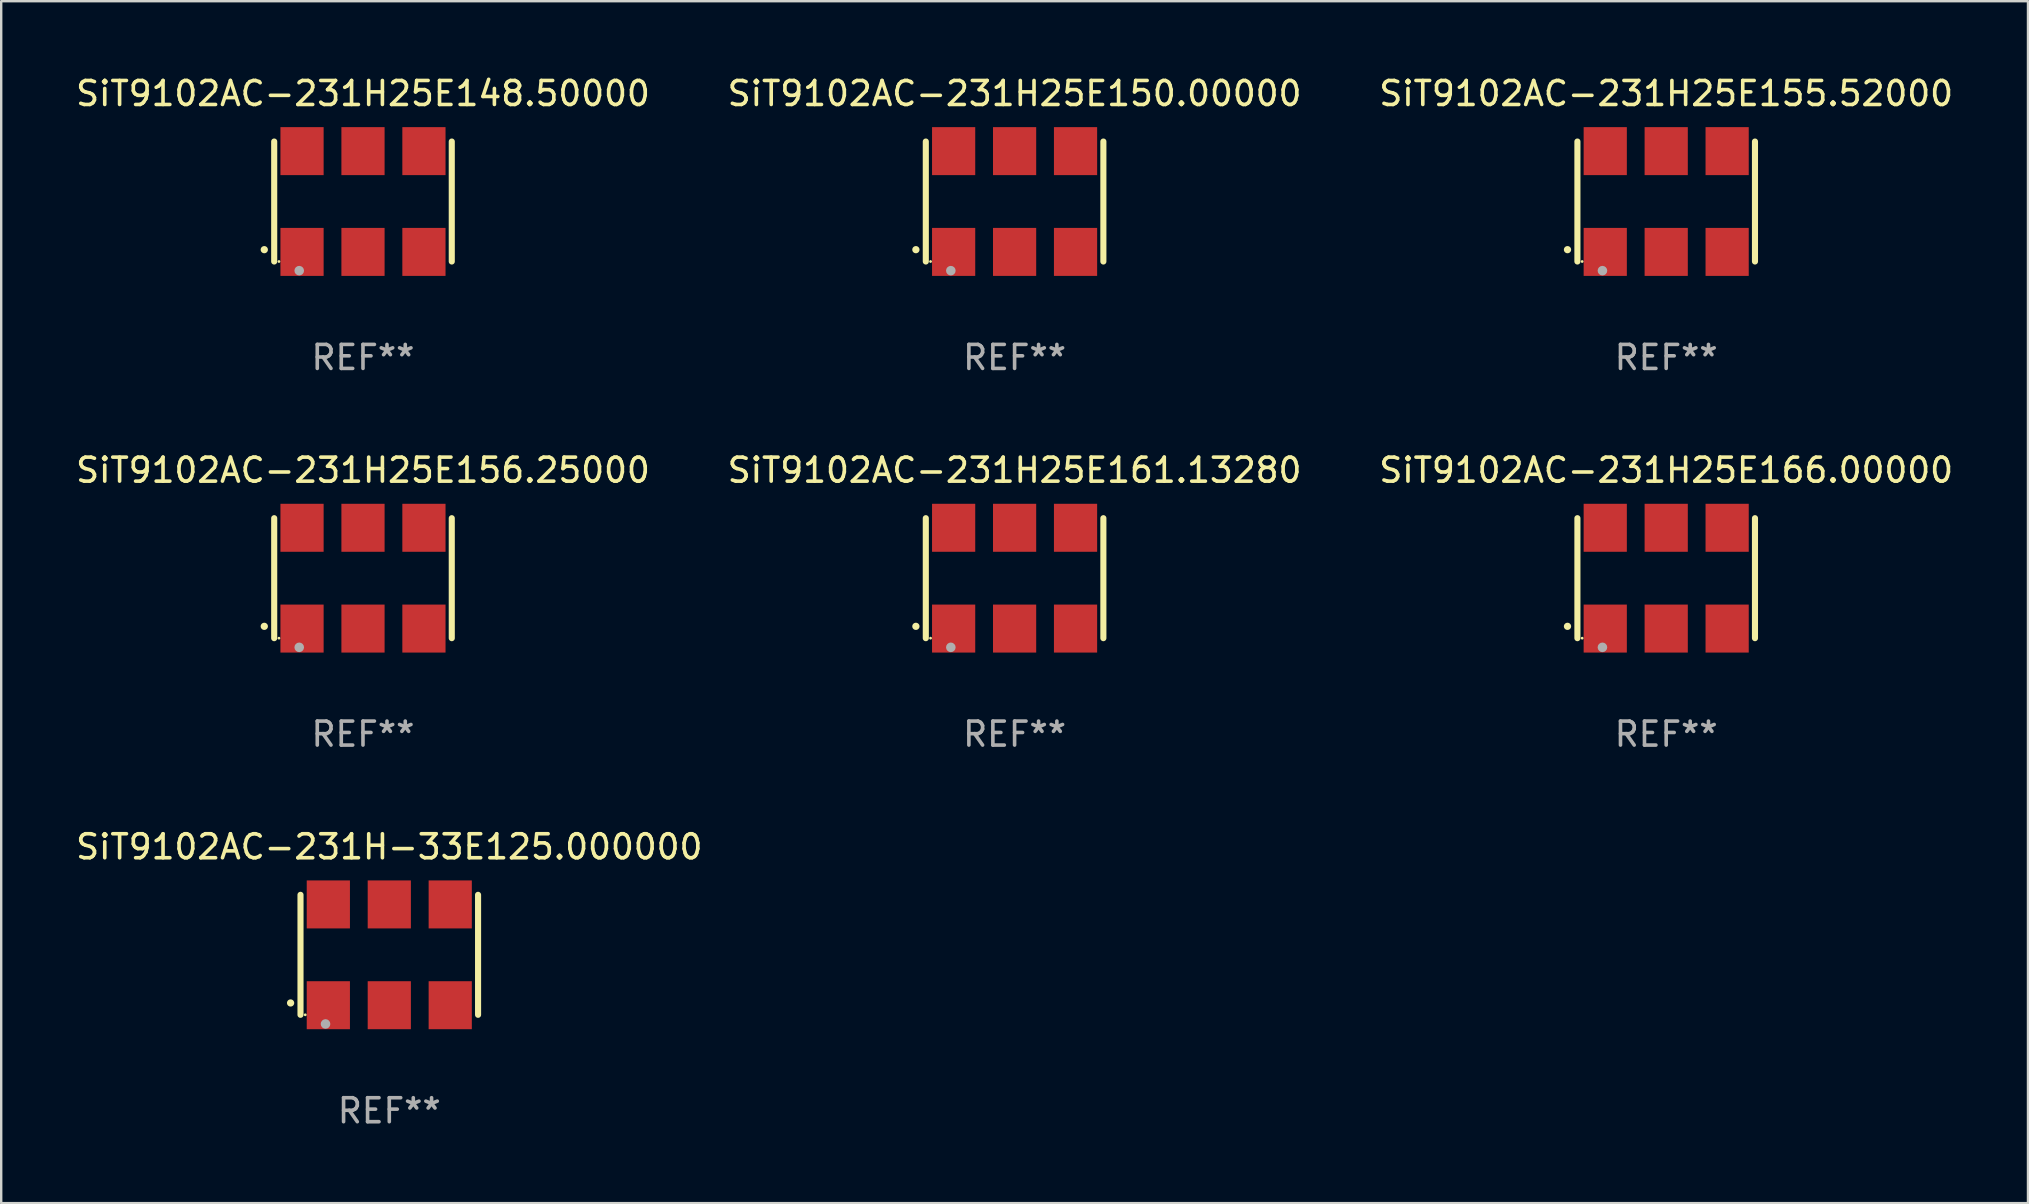
<source format=kicad_pcb>
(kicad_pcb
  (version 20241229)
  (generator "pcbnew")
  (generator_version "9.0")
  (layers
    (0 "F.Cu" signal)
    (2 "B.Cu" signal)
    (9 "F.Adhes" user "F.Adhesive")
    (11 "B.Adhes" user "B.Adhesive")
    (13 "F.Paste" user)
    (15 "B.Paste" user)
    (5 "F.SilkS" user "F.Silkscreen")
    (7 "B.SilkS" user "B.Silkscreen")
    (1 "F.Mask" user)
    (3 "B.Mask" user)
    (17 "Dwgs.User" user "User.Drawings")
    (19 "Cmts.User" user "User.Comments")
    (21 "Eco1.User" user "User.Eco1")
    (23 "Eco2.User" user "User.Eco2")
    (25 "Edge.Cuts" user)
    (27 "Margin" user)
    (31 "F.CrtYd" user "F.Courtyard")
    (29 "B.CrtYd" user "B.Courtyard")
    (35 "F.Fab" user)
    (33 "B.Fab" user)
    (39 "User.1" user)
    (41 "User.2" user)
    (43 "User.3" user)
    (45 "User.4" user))
  (footprint "SiT9102AC-231H25E166.00000"
    (layer "F.Cu")
    (at 66.387 21.045)
    (property "Reference" "SiT9102AC-231H25E166.00000" (at 0 -4.5 0) (layer "F.SilkS") (effects (font (size 1 1) (thickness 0.15))))
    (attr through_hole)
    (fp_line (start -3.7 -2.5) (end -3.7 2.5) (stroke (width 0.254) (type solid)) (layer "F.SilkS"))
    (fp_line (start 3.7 -2.5) (end 3.7 2.5) (stroke (width 0.254) (type solid)) (layer "F.SilkS"))
    (fp_arc (start -4.114415 2.006604) (mid -4.113145 2.006599) (end -4.111875 2.006604) (stroke (width 0.3) (type solid)) (layer "F.SilkS"))
    (fp_circle (center -3.502 2.5) (end -3.472 2.5) (stroke (width 0.06) (type solid)) (fill no) (layer "F.SilkS"))
    (fp_circle (center -2.657 2.882) (end -2.557 2.882) (stroke (width 0.2) (type solid)) (fill no) (layer "F.Fab"))
    (fp_text user "REF**" (at 0 6.5 0) (layer "F.Fab") (effects (font (size 1 1) (thickness 0.15))))
    (pad "1" smd rect (at -2.54 2.1) (size 1.8 2) (layers "F.Cu" "F.Mask" "F.Paste"))
    (pad "2" smd rect (at 0.000394 2.1) (size 1.8 2) (layers "F.Cu" "F.Mask" "F.Paste"))
    (pad "3" smd rect (at 2.54 2.1) (size 1.8 2) (layers "F.Cu" "F.Mask" "F.Paste"))
    (pad "4" smd rect (at 2.54 -2.1) (size 1.8 2) (layers "F.Cu" "F.Mask" "F.Paste"))
    (pad "5" smd rect (at 0.000394 -2.1) (size 1.8 2) (layers "F.Cu" "F.Mask" "F.Paste"))
    (pad "6" smd rect (at -2.54 -2.1) (size 1.8 2) (layers "F.Cu" "F.Mask" "F.Paste")))
  (footprint "SiT9102AC-231H25E148.50000"
    (layer "F.Cu")
    (at 12.077 5.348)
    (property "Reference" "SiT9102AC-231H25E148.50000" (at 0 -4.5 0) (layer "F.SilkS") (effects (font (size 1 1) (thickness 0.15))))
    (attr through_hole)
    (fp_line (start -3.7 -2.5) (end -3.7 2.5) (stroke (width 0.254) (type solid)) (layer "F.SilkS"))
    (fp_line (start 3.7 -2.5) (end 3.7 2.5) (stroke (width 0.254) (type solid)) (layer "F.SilkS"))
    (fp_arc (start -4.114415 2.006604) (mid -4.113145 2.006599) (end -4.111875 2.006604) (stroke (width 0.3) (type solid)) (layer "F.SilkS"))
    (fp_circle (center -3.502 2.5) (end -3.472 2.5) (stroke (width 0.06) (type solid)) (fill no) (layer "F.SilkS"))
    (fp_circle (center -2.657 2.882) (end -2.557 2.882) (stroke (width 0.2) (type solid)) (fill no) (layer "F.Fab"))
    (fp_text user "REF**" (at 0 6.5 0) (layer "F.Fab") (effects (font (size 1 1) (thickness 0.15))))
    (pad "1" smd rect (at -2.54 2.1) (size 1.8 2) (layers "F.Cu" "F.Mask" "F.Paste"))
    (pad "2" smd rect (at 0.000394 2.1) (size 1.8 2) (layers "F.Cu" "F.Mask" "F.Paste"))
    (pad "3" smd rect (at 2.54 2.1) (size 1.8 2) (layers "F.Cu" "F.Mask" "F.Paste"))
    (pad "4" smd rect (at 2.54 -2.1) (size 1.8 2) (layers "F.Cu" "F.Mask" "F.Paste"))
    (pad "5" smd rect (at 0.000394 -2.1) (size 1.8 2) (layers "F.Cu" "F.Mask" "F.Paste"))
    (pad "6" smd rect (at -2.54 -2.1) (size 1.8 2) (layers "F.Cu" "F.Mask" "F.Paste")))
  (footprint "SiT9102AC-231H25E161.13280"
    (layer "F.Cu")
    (at 39.232 21.045)
    (property "Reference" "SiT9102AC-231H25E161.13280" (at 0 -4.5 0) (layer "F.SilkS") (effects (font (size 1 1) (thickness 0.15))))
    (attr through_hole)
    (fp_line (start -3.7 -2.5) (end -3.7 2.5) (stroke (width 0.254) (type solid)) (layer "F.SilkS"))
    (fp_line (start 3.7 -2.5) (end 3.7 2.5) (stroke (width 0.254) (type solid)) (layer "F.SilkS"))
    (fp_arc (start -4.114415 2.006604) (mid -4.113145 2.006599) (end -4.111875 2.006604) (stroke (width 0.3) (type solid)) (layer "F.SilkS"))
    (fp_circle (center -3.502 2.5) (end -3.472 2.5) (stroke (width 0.06) (type solid)) (fill no) (layer "F.SilkS"))
    (fp_circle (center -2.657 2.882) (end -2.557 2.882) (stroke (width 0.2) (type solid)) (fill no) (layer "F.Fab"))
    (fp_text user "REF**" (at 0 6.5 0) (layer "F.Fab") (effects (font (size 1 1) (thickness 0.15))))
    (pad "1" smd rect (at -2.54 2.1) (size 1.8 2) (layers "F.Cu" "F.Mask" "F.Paste"))
    (pad "2" smd rect (at 0.000394 2.1) (size 1.8 2) (layers "F.Cu" "F.Mask" "F.Paste"))
    (pad "3" smd rect (at 2.54 2.1) (size 1.8 2) (layers "F.Cu" "F.Mask" "F.Paste"))
    (pad "4" smd rect (at 2.54 -2.1) (size 1.8 2) (layers "F.Cu" "F.Mask" "F.Paste"))
    (pad "5" smd rect (at 0.000394 -2.1) (size 1.8 2) (layers "F.Cu" "F.Mask" "F.Paste"))
    (pad "6" smd rect (at -2.54 -2.1) (size 1.8 2) (layers "F.Cu" "F.Mask" "F.Paste")))
  (footprint "SiT9102AC-231H25E150.00000"
    (layer "F.Cu")
    (at 39.232 5.348)
    (property "Reference" "SiT9102AC-231H25E150.00000" (at 0 -4.5 0) (layer "F.SilkS") (effects (font (size 1 1) (thickness 0.15))))
    (attr through_hole)
    (fp_line (start -3.7 -2.5) (end -3.7 2.5) (stroke (width 0.254) (type solid)) (layer "F.SilkS"))
    (fp_line (start 3.7 -2.5) (end 3.7 2.5) (stroke (width 0.254) (type solid)) (layer "F.SilkS"))
    (fp_arc (start -4.114415 2.006604) (mid -4.113145 2.006599) (end -4.111875 2.006604) (stroke (width 0.3) (type solid)) (layer "F.SilkS"))
    (fp_circle (center -3.502 2.5) (end -3.472 2.5) (stroke (width 0.06) (type solid)) (fill no) (layer "F.SilkS"))
    (fp_circle (center -2.657 2.882) (end -2.557 2.882) (stroke (width 0.2) (type solid)) (fill no) (layer "F.Fab"))
    (fp_text user "REF**" (at 0 6.5 0) (layer "F.Fab") (effects (font (size 1 1) (thickness 0.15))))
    (pad "1" smd rect (at -2.54 2.1) (size 1.8 2) (layers "F.Cu" "F.Mask" "F.Paste"))
    (pad "2" smd rect (at 0.000394 2.1) (size 1.8 2) (layers "F.Cu" "F.Mask" "F.Paste"))
    (pad "3" smd rect (at 2.54 2.1) (size 1.8 2) (layers "F.Cu" "F.Mask" "F.Paste"))
    (pad "4" smd rect (at 2.54 -2.1) (size 1.8 2) (layers "F.Cu" "F.Mask" "F.Paste"))
    (pad "5" smd rect (at 0.000394 -2.1) (size 1.8 2) (layers "F.Cu" "F.Mask" "F.Paste"))
    (pad "6" smd rect (at -2.54 -2.1) (size 1.8 2) (layers "F.Cu" "F.Mask" "F.Paste")))
  (footprint "SiT9102AC-231H25E155.52000"
    (layer "F.Cu")
    (at 66.387 5.348)
    (property "Reference" "SiT9102AC-231H25E155.52000" (at 0 -4.5 0) (layer "F.SilkS") (effects (font (size 1 1) (thickness 0.15))))
    (attr through_hole)
    (fp_line (start -3.7 -2.5) (end -3.7 2.5) (stroke (width 0.254) (type solid)) (layer "F.SilkS"))
    (fp_line (start 3.7 -2.5) (end 3.7 2.5) (stroke (width 0.254) (type solid)) (layer "F.SilkS"))
    (fp_arc (start -4.114415 2.006604) (mid -4.113145 2.006599) (end -4.111875 2.006604) (stroke (width 0.3) (type solid)) (layer "F.SilkS"))
    (fp_circle (center -3.502 2.5) (end -3.472 2.5) (stroke (width 0.06) (type solid)) (fill no) (layer "F.SilkS"))
    (fp_circle (center -2.657 2.882) (end -2.557 2.882) (stroke (width 0.2) (type solid)) (fill no) (layer "F.Fab"))
    (fp_text user "REF**" (at 0 6.5 0) (layer "F.Fab") (effects (font (size 1 1) (thickness 0.15))))
    (pad "1" smd rect (at -2.54 2.1) (size 1.8 2) (layers "F.Cu" "F.Mask" "F.Paste"))
    (pad "2" smd rect (at 0.000394 2.1) (size 1.8 2) (layers "F.Cu" "F.Mask" "F.Paste"))
    (pad "3" smd rect (at 2.54 2.1) (size 1.8 2) (layers "F.Cu" "F.Mask" "F.Paste"))
    (pad "4" smd rect (at 2.54 -2.1) (size 1.8 2) (layers "F.Cu" "F.Mask" "F.Paste"))
    (pad "5" smd rect (at 0.000394 -2.1) (size 1.8 2) (layers "F.Cu" "F.Mask" "F.Paste"))
    (pad "6" smd rect (at -2.54 -2.1) (size 1.8 2) (layers "F.Cu" "F.Mask" "F.Paste")))
  (footprint "SiT9102AC-231H-33E125.000000"
    (layer "F.Cu")
    (at 13.173 36.741)
    (property "Reference" "SiT9102AC-231H-33E125.000000" (at 0 -4.5 0) (layer "F.SilkS") (effects (font (size 1 1) (thickness 0.15))))
    (attr through_hole)
    (fp_line (start -3.7 -2.5) (end -3.7 2.5) (stroke (width 0.254) (type solid)) (layer "F.SilkS"))
    (fp_line (start 3.7 -2.5) (end 3.7 2.5) (stroke (width 0.254) (type solid)) (layer "F.SilkS"))
    (fp_arc (start -4.114415 2.006604) (mid -4.113145 2.006599) (end -4.111875 2.006604) (stroke (width 0.3) (type solid)) (layer "F.SilkS"))
    (fp_circle (center -3.502 2.5) (end -3.472 2.5) (stroke (width 0.06) (type solid)) (fill no) (layer "F.SilkS"))
    (fp_circle (center -2.657 2.882) (end -2.557 2.882) (stroke (width 0.2) (type solid)) (fill no) (layer "F.Fab"))
    (fp_text user "REF**" (at 0 6.5 0) (layer "F.Fab") (effects (font (size 1 1) (thickness 0.15))))
    (pad "1" smd rect (at -2.54 2.1) (size 1.8 2) (layers "F.Cu" "F.Mask" "F.Paste"))
    (pad "2" smd rect (at 0.000394 2.1) (size 1.8 2) (layers "F.Cu" "F.Mask" "F.Paste"))
    (pad "3" smd rect (at 2.54 2.1) (size 1.8 2) (layers "F.Cu" "F.Mask" "F.Paste"))
    (pad "4" smd rect (at 2.54 -2.1) (size 1.8 2) (layers "F.Cu" "F.Mask" "F.Paste"))
    (pad "5" smd rect (at 0.000394 -2.1) (size 1.8 2) (layers "F.Cu" "F.Mask" "F.Paste"))
    (pad "6" smd rect (at -2.54 -2.1) (size 1.8 2) (layers "F.Cu" "F.Mask" "F.Paste")))
  (footprint "SiT9102AC-231H25E156.25000"
    (layer "F.Cu")
    (at 12.077 21.045)
    (property "Reference" "SiT9102AC-231H25E156.25000" (at 0 -4.5 0) (layer "F.SilkS") (effects (font (size 1 1) (thickness 0.15))))
    (attr through_hole)
    (fp_line (start -3.7 -2.5) (end -3.7 2.5) (stroke (width 0.254) (type solid)) (layer "F.SilkS"))
    (fp_line (start 3.7 -2.5) (end 3.7 2.5) (stroke (width 0.254) (type solid)) (layer "F.SilkS"))
    (fp_arc (start -4.114415 2.006604) (mid -4.113145 2.006599) (end -4.111875 2.006604) (stroke (width 0.3) (type solid)) (layer "F.SilkS"))
    (fp_circle (center -3.502 2.5) (end -3.472 2.5) (stroke (width 0.06) (type solid)) (fill no) (layer "F.SilkS"))
    (fp_circle (center -2.657 2.882) (end -2.557 2.882) (stroke (width 0.2) (type solid)) (fill no) (layer "F.Fab"))
    (fp_text user "REF**" (at 0 6.5 0) (layer "F.Fab") (effects (font (size 1 1) (thickness 0.15))))
    (pad "1" smd rect (at -2.54 2.1) (size 1.8 2) (layers "F.Cu" "F.Mask" "F.Paste"))
    (pad "2" smd rect (at 0.000394 2.1) (size 1.8 2) (layers "F.Cu" "F.Mask" "F.Paste"))
    (pad "3" smd rect (at 2.54 2.1) (size 1.8 2) (layers "F.Cu" "F.Mask" "F.Paste"))
    (pad "4" smd rect (at 2.54 -2.1) (size 1.8 2) (layers "F.Cu" "F.Mask" "F.Paste"))
    (pad "5" smd rect (at 0.000394 -2.1) (size 1.8 2) (layers "F.Cu" "F.Mask" "F.Paste"))
    (pad "6" smd rect (at -2.54 -2.1) (size 1.8 2) (layers "F.Cu" "F.Mask" "F.Paste")))
  (gr_rect
    (start -3 -3)
    (end 81.464 47.09)
    (stroke (width 0.1) (type default))
    (fill no)
    (layer "Edge.Cuts")))
</source>
